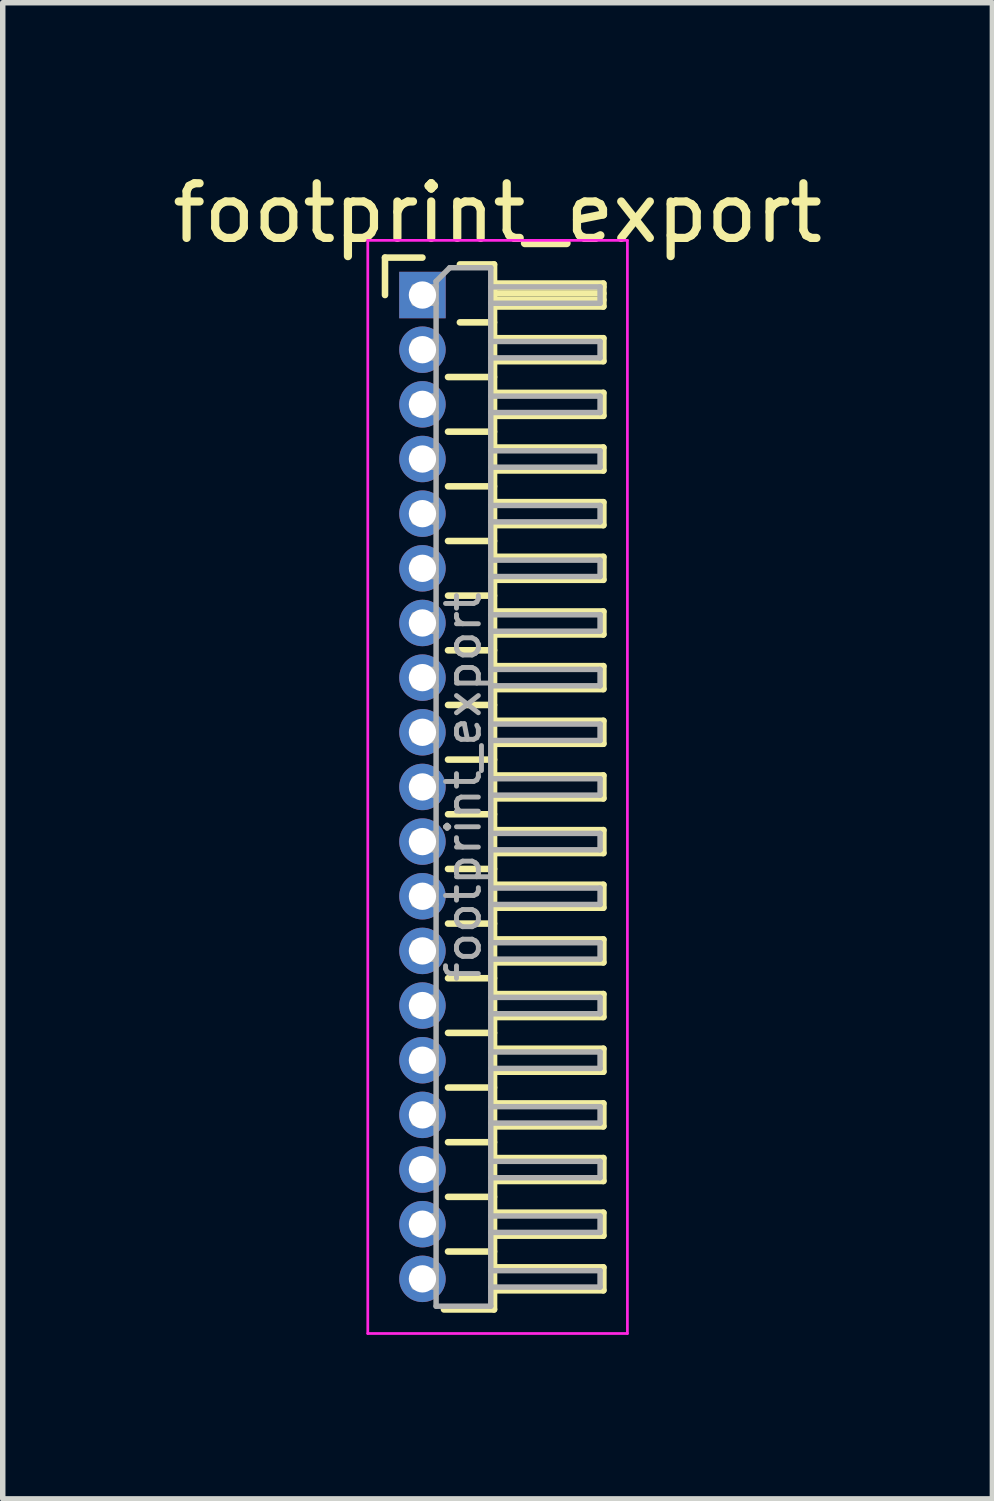
<source format=kicad_pcb>
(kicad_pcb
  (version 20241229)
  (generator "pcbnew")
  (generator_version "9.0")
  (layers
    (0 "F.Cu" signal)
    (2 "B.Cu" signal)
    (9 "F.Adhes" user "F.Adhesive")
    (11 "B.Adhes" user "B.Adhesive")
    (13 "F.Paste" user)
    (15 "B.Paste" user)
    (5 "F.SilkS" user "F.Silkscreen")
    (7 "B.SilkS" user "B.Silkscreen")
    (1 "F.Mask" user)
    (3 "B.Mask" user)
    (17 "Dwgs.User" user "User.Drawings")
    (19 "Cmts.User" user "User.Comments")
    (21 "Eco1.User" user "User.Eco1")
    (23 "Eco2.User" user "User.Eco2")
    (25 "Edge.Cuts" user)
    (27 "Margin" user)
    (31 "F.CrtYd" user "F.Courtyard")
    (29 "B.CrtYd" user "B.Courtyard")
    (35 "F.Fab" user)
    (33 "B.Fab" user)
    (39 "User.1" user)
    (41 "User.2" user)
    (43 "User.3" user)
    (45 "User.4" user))
  (footprint "footprint_export"
    (layer "F.Cu")
    (at 4.679 2.348)
    (property "Reference" "footprint_export" (at 1.375 -1.5 0) (layer "F.SilkS") (effects (font (size 1 1) (thickness 0.15))))
    (attr through_hole)
    (fp_line (start -0.685 -0.685) (end 0 -0.685) (stroke (width 0.12) (type solid)) (layer "F.SilkS"))
    (fp_line (start -0.685 0) (end -0.685 -0.685) (stroke (width 0.12) (type solid)) (layer "F.SilkS"))
    (fp_line (start 0.468 1.5) (end 1.31 1.5) (stroke (width 0.12) (type solid)) (layer "F.SilkS"))
    (fp_line (start 0.468 2.5) (end 1.31 2.5) (stroke (width 0.12) (type solid)) (layer "F.SilkS"))
    (fp_line (start 0.468 3.5) (end 1.31 3.5) (stroke (width 0.12) (type solid)) (layer "F.SilkS"))
    (fp_line (start 0.468 4.5) (end 1.31 4.5) (stroke (width 0.12) (type solid)) (layer "F.SilkS"))
    (fp_line (start 0.468 5.5) (end 1.31 5.5) (stroke (width 0.12) (type solid)) (layer "F.SilkS"))
    (fp_line (start 0.468 6.5) (end 1.31 6.5) (stroke (width 0.12) (type solid)) (layer "F.SilkS"))
    (fp_line (start 0.468 7.5) (end 1.31 7.5) (stroke (width 0.12) (type solid)) (layer "F.SilkS"))
    (fp_line (start 0.468 8.5) (end 1.31 8.5) (stroke (width 0.12) (type solid)) (layer "F.SilkS"))
    (fp_line (start 0.468 9.5) (end 1.31 9.5) (stroke (width 0.12) (type solid)) (layer "F.SilkS"))
    (fp_line (start 0.468 10.5) (end 1.31 10.5) (stroke (width 0.12) (type solid)) (layer "F.SilkS"))
    (fp_line (start 0.468 11.5) (end 1.31 11.5) (stroke (width 0.12) (type solid)) (layer "F.SilkS"))
    (fp_line (start 0.468 12.5) (end 1.31 12.5) (stroke (width 0.12) (type solid)) (layer "F.SilkS"))
    (fp_line (start 0.468 13.5) (end 1.31 13.5) (stroke (width 0.12) (type solid)) (layer "F.SilkS"))
    (fp_line (start 0.468 14.5) (end 1.31 14.5) (stroke (width 0.12) (type solid)) (layer "F.SilkS"))
    (fp_line (start 0.468 15.5) (end 1.31 15.5) (stroke (width 0.12) (type solid)) (layer "F.SilkS"))
    (fp_line (start 0.468 16.5) (end 1.31 16.5) (stroke (width 0.12) (type solid)) (layer "F.SilkS"))
    (fp_line (start 0.468 17.5) (end 1.31 17.5) (stroke (width 0.12) (type solid)) (layer "F.SilkS"))
    (fp_line (start 0.685 -0.56) (end 1.31 -0.56) (stroke (width 0.12) (type solid)) (layer "F.SilkS"))
    (fp_line (start 0.685 0.5) (end 1.31 0.5) (stroke (width 0.12) (type solid)) (layer "F.SilkS"))
    (fp_line (start 1.31 -0.56) (end 1.31 18.56) (stroke (width 0.12) (type solid)) (layer "F.SilkS"))
    (fp_line (start 1.31 -0.21) (end 3.31 -0.21) (stroke (width 0.12) (type solid)) (layer "F.SilkS"))
    (fp_line (start 1.31 -0.15) (end 3.31 -0.15) (stroke (width 0.12) (type solid)) (layer "F.SilkS"))
    (fp_line (start 1.31 -0.03) (end 3.31 -0.03) (stroke (width 0.12) (type solid)) (layer "F.SilkS"))
    (fp_line (start 1.31 0.09) (end 3.31 0.09) (stroke (width 0.12) (type solid)) (layer "F.SilkS"))
    (fp_line (start 1.31 0.79) (end 3.31 0.79) (stroke (width 0.12) (type solid)) (layer "F.SilkS"))
    (fp_line (start 1.31 1.79) (end 3.31 1.79) (stroke (width 0.12) (type solid)) (layer "F.SilkS"))
    (fp_line (start 1.31 2.79) (end 3.31 2.79) (stroke (width 0.12) (type solid)) (layer "F.SilkS"))
    (fp_line (start 1.31 3.79) (end 3.31 3.79) (stroke (width 0.12) (type solid)) (layer "F.SilkS"))
    (fp_line (start 1.31 4.79) (end 3.31 4.79) (stroke (width 0.12) (type solid)) (layer "F.SilkS"))
    (fp_line (start 1.31 5.79) (end 3.31 5.79) (stroke (width 0.12) (type solid)) (layer "F.SilkS"))
    (fp_line (start 1.31 6.79) (end 3.31 6.79) (stroke (width 0.12) (type solid)) (layer "F.SilkS"))
    (fp_line (start 1.31 7.79) (end 3.31 7.79) (stroke (width 0.12) (type solid)) (layer "F.SilkS"))
    (fp_line (start 1.31 8.79) (end 3.31 8.79) (stroke (width 0.12) (type solid)) (layer "F.SilkS"))
    (fp_line (start 1.31 9.79) (end 3.31 9.79) (stroke (width 0.12) (type solid)) (layer "F.SilkS"))
    (fp_line (start 1.31 10.79) (end 3.31 10.79) (stroke (width 0.12) (type solid)) (layer "F.SilkS"))
    (fp_line (start 1.31 11.79) (end 3.31 11.79) (stroke (width 0.12) (type solid)) (layer "F.SilkS"))
    (fp_line (start 1.31 12.79) (end 3.31 12.79) (stroke (width 0.12) (type solid)) (layer "F.SilkS"))
    (fp_line (start 1.31 13.79) (end 3.31 13.79) (stroke (width 0.12) (type solid)) (layer "F.SilkS"))
    (fp_line (start 1.31 14.79) (end 3.31 14.79) (stroke (width 0.12) (type solid)) (layer "F.SilkS"))
    (fp_line (start 1.31 15.79) (end 3.31 15.79) (stroke (width 0.12) (type solid)) (layer "F.SilkS"))
    (fp_line (start 1.31 16.79) (end 3.31 16.79) (stroke (width 0.12) (type solid)) (layer "F.SilkS"))
    (fp_line (start 1.31 17.79) (end 3.31 17.79) (stroke (width 0.12) (type solid)) (layer "F.SilkS"))
    (fp_line (start 1.31 18.56) (end 0.394 18.56) (stroke (width 0.12) (type solid)) (layer "F.SilkS"))
    (fp_line (start 3.31 -0.21) (end 3.31 0.21) (stroke (width 0.12) (type solid)) (layer "F.SilkS"))
    (fp_line (start 3.31 0.21) (end 1.31 0.21) (stroke (width 0.12) (type solid)) (layer "F.SilkS"))
    (fp_line (start 3.31 0.79) (end 3.31 1.21) (stroke (width 0.12) (type solid)) (layer "F.SilkS"))
    (fp_line (start 3.31 1.21) (end 1.31 1.21) (stroke (width 0.12) (type solid)) (layer "F.SilkS"))
    (fp_line (start 3.31 1.79) (end 3.31 2.21) (stroke (width 0.12) (type solid)) (layer "F.SilkS"))
    (fp_line (start 3.31 2.21) (end 1.31 2.21) (stroke (width 0.12) (type solid)) (layer "F.SilkS"))
    (fp_line (start 3.31 2.79) (end 3.31 3.21) (stroke (width 0.12) (type solid)) (layer "F.SilkS"))
    (fp_line (start 3.31 3.21) (end 1.31 3.21) (stroke (width 0.12) (type solid)) (layer "F.SilkS"))
    (fp_line (start 3.31 3.79) (end 3.31 4.21) (stroke (width 0.12) (type solid)) (layer "F.SilkS"))
    (fp_line (start 3.31 4.21) (end 1.31 4.21) (stroke (width 0.12) (type solid)) (layer "F.SilkS"))
    (fp_line (start 3.31 4.79) (end 3.31 5.21) (stroke (width 0.12) (type solid)) (layer "F.SilkS"))
    (fp_line (start 3.31 5.21) (end 1.31 5.21) (stroke (width 0.12) (type solid)) (layer "F.SilkS"))
    (fp_line (start 3.31 5.79) (end 3.31 6.21) (stroke (width 0.12) (type solid)) (layer "F.SilkS"))
    (fp_line (start 3.31 6.21) (end 1.31 6.21) (stroke (width 0.12) (type solid)) (layer "F.SilkS"))
    (fp_line (start 3.31 6.79) (end 3.31 7.21) (stroke (width 0.12) (type solid)) (layer "F.SilkS"))
    (fp_line (start 3.31 7.21) (end 1.31 7.21) (stroke (width 0.12) (type solid)) (layer "F.SilkS"))
    (fp_line (start 3.31 7.79) (end 3.31 8.21) (stroke (width 0.12) (type solid)) (layer "F.SilkS"))
    (fp_line (start 3.31 8.21) (end 1.31 8.21) (stroke (width 0.12) (type solid)) (layer "F.SilkS"))
    (fp_line (start 3.31 8.79) (end 3.31 9.21) (stroke (width 0.12) (type solid)) (layer "F.SilkS"))
    (fp_line (start 3.31 9.21) (end 1.31 9.21) (stroke (width 0.12) (type solid)) (layer "F.SilkS"))
    (fp_line (start 3.31 9.79) (end 3.31 10.21) (stroke (width 0.12) (type solid)) (layer "F.SilkS"))
    (fp_line (start 3.31 10.21) (end 1.31 10.21) (stroke (width 0.12) (type solid)) (layer "F.SilkS"))
    (fp_line (start 3.31 10.79) (end 3.31 11.21) (stroke (width 0.12) (type solid)) (layer "F.SilkS"))
    (fp_line (start 3.31 11.21) (end 1.31 11.21) (stroke (width 0.12) (type solid)) (layer "F.SilkS"))
    (fp_line (start 3.31 11.79) (end 3.31 12.21) (stroke (width 0.12) (type solid)) (layer "F.SilkS"))
    (fp_line (start 3.31 12.21) (end 1.31 12.21) (stroke (width 0.12) (type solid)) (layer "F.SilkS"))
    (fp_line (start 3.31 12.79) (end 3.31 13.21) (stroke (width 0.12) (type solid)) (layer "F.SilkS"))
    (fp_line (start 3.31 13.21) (end 1.31 13.21) (stroke (width 0.12) (type solid)) (layer "F.SilkS"))
    (fp_line (start 3.31 13.79) (end 3.31 14.21) (stroke (width 0.12) (type solid)) (layer "F.SilkS"))
    (fp_line (start 3.31 14.21) (end 1.31 14.21) (stroke (width 0.12) (type solid)) (layer "F.SilkS"))
    (fp_line (start 3.31 14.79) (end 3.31 15.21) (stroke (width 0.12) (type solid)) (layer "F.SilkS"))
    (fp_line (start 3.31 15.21) (end 1.31 15.21) (stroke (width 0.12) (type solid)) (layer "F.SilkS"))
    (fp_line (start 3.31 15.79) (end 3.31 16.21) (stroke (width 0.12) (type solid)) (layer "F.SilkS"))
    (fp_line (start 3.31 16.21) (end 1.31 16.21) (stroke (width 0.12) (type solid)) (layer "F.SilkS"))
    (fp_line (start 3.31 16.79) (end 3.31 17.21) (stroke (width 0.12) (type solid)) (layer "F.SilkS"))
    (fp_line (start 3.31 17.21) (end 1.31 17.21) (stroke (width 0.12) (type solid)) (layer "F.SilkS"))
    (fp_line (start 3.31 17.79) (end 3.31 18.21) (stroke (width 0.12) (type solid)) (layer "F.SilkS"))
    (fp_line (start 3.31 18.21) (end 1.31 18.21) (stroke (width 0.12) (type solid)) (layer "F.SilkS"))
    (fp_line (start -1 -1) (end -1 19) (stroke (width 0.05) (type solid)) (layer "F.CrtYd"))
    (fp_line (start -1 19) (end 3.75 19) (stroke (width 0.05) (type solid)) (layer "F.CrtYd"))
    (fp_line (start 3.75 -1) (end -1 -1) (stroke (width 0.05) (type solid)) (layer "F.CrtYd"))
    (fp_line (start 3.75 19) (end 3.75 -1) (stroke (width 0.05) (type solid)) (layer "F.CrtYd"))
    (fp_line (start -0.15 -0.15) (end -0.15 0.15) (stroke (width 0.1) (type solid)) (layer "F.Fab"))
    (fp_line (start -0.15 -0.15) (end 0.25 -0.15) (stroke (width 0.1) (type solid)) (layer "F.Fab"))
    (fp_line (start -0.15 0.15) (end 0.25 0.15) (stroke (width 0.1) (type solid)) (layer "F.Fab"))
    (fp_line (start -0.15 0.85) (end -0.15 1.15) (stroke (width 0.1) (type solid)) (layer "F.Fab"))
    (fp_line (start -0.15 0.85) (end 0.25 0.85) (stroke (width 0.1) (type solid)) (layer "F.Fab"))
    (fp_line (start -0.15 1.15) (end 0.25 1.15) (stroke (width 0.1) (type solid)) (layer "F.Fab"))
    (fp_line (start -0.15 1.85) (end -0.15 2.15) (stroke (width 0.1) (type solid)) (layer "F.Fab"))
    (fp_line (start -0.15 1.85) (end 0.25 1.85) (stroke (width 0.1) (type solid)) (layer "F.Fab"))
    (fp_line (start -0.15 2.15) (end 0.25 2.15) (stroke (width 0.1) (type solid)) (layer "F.Fab"))
    (fp_line (start -0.15 2.85) (end -0.15 3.15) (stroke (width 0.1) (type solid)) (layer "F.Fab"))
    (fp_line (start -0.15 2.85) (end 0.25 2.85) (stroke (width 0.1) (type solid)) (layer "F.Fab"))
    (fp_line (start -0.15 3.15) (end 0.25 3.15) (stroke (width 0.1) (type solid)) (layer "F.Fab"))
    (fp_line (start -0.15 3.85) (end -0.15 4.15) (stroke (width 0.1) (type solid)) (layer "F.Fab"))
    (fp_line (start -0.15 3.85) (end 0.25 3.85) (stroke (width 0.1) (type solid)) (layer "F.Fab"))
    (fp_line (start -0.15 4.15) (end 0.25 4.15) (stroke (width 0.1) (type solid)) (layer "F.Fab"))
    (fp_line (start -0.15 4.85) (end -0.15 5.15) (stroke (width 0.1) (type solid)) (layer "F.Fab"))
    (fp_line (start -0.15 4.85) (end 0.25 4.85) (stroke (width 0.1) (type solid)) (layer "F.Fab"))
    (fp_line (start -0.15 5.15) (end 0.25 5.15) (stroke (width 0.1) (type solid)) (layer "F.Fab"))
    (fp_line (start -0.15 5.85) (end -0.15 6.15) (stroke (width 0.1) (type solid)) (layer "F.Fab"))
    (fp_line (start -0.15 5.85) (end 0.25 5.85) (stroke (width 0.1) (type solid)) (layer "F.Fab"))
    (fp_line (start -0.15 6.15) (end 0.25 6.15) (stroke (width 0.1) (type solid)) (layer "F.Fab"))
    (fp_line (start -0.15 6.85) (end -0.15 7.15) (stroke (width 0.1) (type solid)) (layer "F.Fab"))
    (fp_line (start -0.15 6.85) (end 0.25 6.85) (stroke (width 0.1) (type solid)) (layer "F.Fab"))
    (fp_line (start -0.15 7.15) (end 0.25 7.15) (stroke (width 0.1) (type solid)) (layer "F.Fab"))
    (fp_line (start -0.15 7.85) (end -0.15 8.15) (stroke (width 0.1) (type solid)) (layer "F.Fab"))
    (fp_line (start -0.15 7.85) (end 0.25 7.85) (stroke (width 0.1) (type solid)) (layer "F.Fab"))
    (fp_line (start -0.15 8.15) (end 0.25 8.15) (stroke (width 0.1) (type solid)) (layer "F.Fab"))
    (fp_line (start -0.15 8.85) (end -0.15 9.15) (stroke (width 0.1) (type solid)) (layer "F.Fab"))
    (fp_line (start -0.15 8.85) (end 0.25 8.85) (stroke (width 0.1) (type solid)) (layer "F.Fab"))
    (fp_line (start -0.15 9.15) (end 0.25 9.15) (stroke (width 0.1) (type solid)) (layer "F.Fab"))
    (fp_line (start -0.15 9.85) (end -0.15 10.15) (stroke (width 0.1) (type solid)) (layer "F.Fab"))
    (fp_line (start -0.15 9.85) (end 0.25 9.85) (stroke (width 0.1) (type solid)) (layer "F.Fab"))
    (fp_line (start -0.15 10.15) (end 0.25 10.15) (stroke (width 0.1) (type solid)) (layer "F.Fab"))
    (fp_line (start -0.15 10.85) (end -0.15 11.15) (stroke (width 0.1) (type solid)) (layer "F.Fab"))
    (fp_line (start -0.15 10.85) (end 0.25 10.85) (stroke (width 0.1) (type solid)) (layer "F.Fab"))
    (fp_line (start -0.15 11.15) (end 0.25 11.15) (stroke (width 0.1) (type solid)) (layer "F.Fab"))
    (fp_line (start -0.15 11.85) (end -0.15 12.15) (stroke (width 0.1) (type solid)) (layer "F.Fab"))
    (fp_line (start -0.15 11.85) (end 0.25 11.85) (stroke (width 0.1) (type solid)) (layer "F.Fab"))
    (fp_line (start -0.15 12.15) (end 0.25 12.15) (stroke (width 0.1) (type solid)) (layer "F.Fab"))
    (fp_line (start -0.15 12.85) (end -0.15 13.15) (stroke (width 0.1) (type solid)) (layer "F.Fab"))
    (fp_line (start -0.15 12.85) (end 0.25 12.85) (stroke (width 0.1) (type solid)) (layer "F.Fab"))
    (fp_line (start -0.15 13.15) (end 0.25 13.15) (stroke (width 0.1) (type solid)) (layer "F.Fab"))
    (fp_line (start -0.15 13.85) (end -0.15 14.15) (stroke (width 0.1) (type solid)) (layer "F.Fab"))
    (fp_line (start -0.15 13.85) (end 0.25 13.85) (stroke (width 0.1) (type solid)) (layer "F.Fab"))
    (fp_line (start -0.15 14.15) (end 0.25 14.15) (stroke (width 0.1) (type solid)) (layer "F.Fab"))
    (fp_line (start -0.15 14.85) (end -0.15 15.15) (stroke (width 0.1) (type solid)) (layer "F.Fab"))
    (fp_line (start -0.15 14.85) (end 0.25 14.85) (stroke (width 0.1) (type solid)) (layer "F.Fab"))
    (fp_line (start -0.15 15.15) (end 0.25 15.15) (stroke (width 0.1) (type solid)) (layer "F.Fab"))
    (fp_line (start -0.15 15.85) (end -0.15 16.15) (stroke (width 0.1) (type solid)) (layer "F.Fab"))
    (fp_line (start -0.15 15.85) (end 0.25 15.85) (stroke (width 0.1) (type solid)) (layer "F.Fab"))
    (fp_line (start -0.15 16.15) (end 0.25 16.15) (stroke (width 0.1) (type solid)) (layer "F.Fab"))
    (fp_line (start -0.15 16.85) (end -0.15 17.15) (stroke (width 0.1) (type solid)) (layer "F.Fab"))
    (fp_line (start -0.15 16.85) (end 0.25 16.85) (stroke (width 0.1) (type solid)) (layer "F.Fab"))
    (fp_line (start -0.15 17.15) (end 0.25 17.15) (stroke (width 0.1) (type solid)) (layer "F.Fab"))
    (fp_line (start -0.15 17.85) (end -0.15 18.15) (stroke (width 0.1) (type solid)) (layer "F.Fab"))
    (fp_line (start -0.15 17.85) (end 0.25 17.85) (stroke (width 0.1) (type solid)) (layer "F.Fab"))
    (fp_line (start -0.15 18.15) (end 0.25 18.15) (stroke (width 0.1) (type solid)) (layer "F.Fab"))
    (fp_line (start 0.25 -0.25) (end 0.5 -0.5) (stroke (width 0.1) (type solid)) (layer "F.Fab"))
    (fp_line (start 0.25 18.5) (end 0.25 -0.25) (stroke (width 0.1) (type solid)) (layer "F.Fab"))
    (fp_line (start 0.5 -0.5) (end 1.25 -0.5) (stroke (width 0.1) (type solid)) (layer "F.Fab"))
    (fp_line (start 1.25 -0.5) (end 1.25 18.5) (stroke (width 0.1) (type solid)) (layer "F.Fab"))
    (fp_line (start 1.25 -0.15) (end 3.25 -0.15) (stroke (width 0.1) (type solid)) (layer "F.Fab"))
    (fp_line (start 1.25 0.15) (end 3.25 0.15) (stroke (width 0.1) (type solid)) (layer "F.Fab"))
    (fp_line (start 1.25 0.85) (end 3.25 0.85) (stroke (width 0.1) (type solid)) (layer "F.Fab"))
    (fp_line (start 1.25 1.15) (end 3.25 1.15) (stroke (width 0.1) (type solid)) (layer "F.Fab"))
    (fp_line (start 1.25 1.85) (end 3.25 1.85) (stroke (width 0.1) (type solid)) (layer "F.Fab"))
    (fp_line (start 1.25 2.15) (end 3.25 2.15) (stroke (width 0.1) (type solid)) (layer "F.Fab"))
    (fp_line (start 1.25 2.85) (end 3.25 2.85) (stroke (width 0.1) (type solid)) (layer "F.Fab"))
    (fp_line (start 1.25 3.15) (end 3.25 3.15) (stroke (width 0.1) (type solid)) (layer "F.Fab"))
    (fp_line (start 1.25 3.85) (end 3.25 3.85) (stroke (width 0.1) (type solid)) (layer "F.Fab"))
    (fp_line (start 1.25 4.15) (end 3.25 4.15) (stroke (width 0.1) (type solid)) (layer "F.Fab"))
    (fp_line (start 1.25 4.85) (end 3.25 4.85) (stroke (width 0.1) (type solid)) (layer "F.Fab"))
    (fp_line (start 1.25 5.15) (end 3.25 5.15) (stroke (width 0.1) (type solid)) (layer "F.Fab"))
    (fp_line (start 1.25 5.85) (end 3.25 5.85) (stroke (width 0.1) (type solid)) (layer "F.Fab"))
    (fp_line (start 1.25 6.15) (end 3.25 6.15) (stroke (width 0.1) (type solid)) (layer "F.Fab"))
    (fp_line (start 1.25 6.85) (end 3.25 6.85) (stroke (width 0.1) (type solid)) (layer "F.Fab"))
    (fp_line (start 1.25 7.15) (end 3.25 7.15) (stroke (width 0.1) (type solid)) (layer "F.Fab"))
    (fp_line (start 1.25 7.85) (end 3.25 7.85) (stroke (width 0.1) (type solid)) (layer "F.Fab"))
    (fp_line (start 1.25 8.15) (end 3.25 8.15) (stroke (width 0.1) (type solid)) (layer "F.Fab"))
    (fp_line (start 1.25 8.85) (end 3.25 8.85) (stroke (width 0.1) (type solid)) (layer "F.Fab"))
    (fp_line (start 1.25 9.15) (end 3.25 9.15) (stroke (width 0.1) (type solid)) (layer "F.Fab"))
    (fp_line (start 1.25 9.85) (end 3.25 9.85) (stroke (width 0.1) (type solid)) (layer "F.Fab"))
    (fp_line (start 1.25 10.15) (end 3.25 10.15) (stroke (width 0.1) (type solid)) (layer "F.Fab"))
    (fp_line (start 1.25 10.85) (end 3.25 10.85) (stroke (width 0.1) (type solid)) (layer "F.Fab"))
    (fp_line (start 1.25 11.15) (end 3.25 11.15) (stroke (width 0.1) (type solid)) (layer "F.Fab"))
    (fp_line (start 1.25 11.85) (end 3.25 11.85) (stroke (width 0.1) (type solid)) (layer "F.Fab"))
    (fp_line (start 1.25 12.15) (end 3.25 12.15) (stroke (width 0.1) (type solid)) (layer "F.Fab"))
    (fp_line (start 1.25 12.85) (end 3.25 12.85) (stroke (width 0.1) (type solid)) (layer "F.Fab"))
    (fp_line (start 1.25 13.15) (end 3.25 13.15) (stroke (width 0.1) (type solid)) (layer "F.Fab"))
    (fp_line (start 1.25 13.85) (end 3.25 13.85) (stroke (width 0.1) (type solid)) (layer "F.Fab"))
    (fp_line (start 1.25 14.15) (end 3.25 14.15) (stroke (width 0.1) (type solid)) (layer "F.Fab"))
    (fp_line (start 1.25 14.85) (end 3.25 14.85) (stroke (width 0.1) (type solid)) (layer "F.Fab"))
    (fp_line (start 1.25 15.15) (end 3.25 15.15) (stroke (width 0.1) (type solid)) (layer "F.Fab"))
    (fp_line (start 1.25 15.85) (end 3.25 15.85) (stroke (width 0.1) (type solid)) (layer "F.Fab"))
    (fp_line (start 1.25 16.15) (end 3.25 16.15) (stroke (width 0.1) (type solid)) (layer "F.Fab"))
    (fp_line (start 1.25 16.85) (end 3.25 16.85) (stroke (width 0.1) (type solid)) (layer "F.Fab"))
    (fp_line (start 1.25 17.15) (end 3.25 17.15) (stroke (width 0.1) (type solid)) (layer "F.Fab"))
    (fp_line (start 1.25 17.85) (end 3.25 17.85) (stroke (width 0.1) (type solid)) (layer "F.Fab"))
    (fp_line (start 1.25 18.15) (end 3.25 18.15) (stroke (width 0.1) (type solid)) (layer "F.Fab"))
    (fp_line (start 1.25 18.5) (end 0.25 18.5) (stroke (width 0.1) (type solid)) (layer "F.Fab"))
    (fp_line (start 3.25 -0.15) (end 3.25 0.15) (stroke (width 0.1) (type solid)) (layer "F.Fab"))
    (fp_line (start 3.25 0.85) (end 3.25 1.15) (stroke (width 0.1) (type solid)) (layer "F.Fab"))
    (fp_line (start 3.25 1.85) (end 3.25 2.15) (stroke (width 0.1) (type solid)) (layer "F.Fab"))
    (fp_line (start 3.25 2.85) (end 3.25 3.15) (stroke (width 0.1) (type solid)) (layer "F.Fab"))
    (fp_line (start 3.25 3.85) (end 3.25 4.15) (stroke (width 0.1) (type solid)) (layer "F.Fab"))
    (fp_line (start 3.25 4.85) (end 3.25 5.15) (stroke (width 0.1) (type solid)) (layer "F.Fab"))
    (fp_line (start 3.25 5.85) (end 3.25 6.15) (stroke (width 0.1) (type solid)) (layer "F.Fab"))
    (fp_line (start 3.25 6.85) (end 3.25 7.15) (stroke (width 0.1) (type solid)) (layer "F.Fab"))
    (fp_line (start 3.25 7.85) (end 3.25 8.15) (stroke (width 0.1) (type solid)) (layer "F.Fab"))
    (fp_line (start 3.25 8.85) (end 3.25 9.15) (stroke (width 0.1) (type solid)) (layer "F.Fab"))
    (fp_line (start 3.25 9.85) (end 3.25 10.15) (stroke (width 0.1) (type solid)) (layer "F.Fab"))
    (fp_line (start 3.25 10.85) (end 3.25 11.15) (stroke (width 0.1) (type solid)) (layer "F.Fab"))
    (fp_line (start 3.25 11.85) (end 3.25 12.15) (stroke (width 0.1) (type solid)) (layer "F.Fab"))
    (fp_line (start 3.25 12.85) (end 3.25 13.15) (stroke (width 0.1) (type solid)) (layer "F.Fab"))
    (fp_line (start 3.25 13.85) (end 3.25 14.15) (stroke (width 0.1) (type solid)) (layer "F.Fab"))
    (fp_line (start 3.25 14.85) (end 3.25 15.15) (stroke (width 0.1) (type solid)) (layer "F.Fab"))
    (fp_line (start 3.25 15.85) (end 3.25 16.15) (stroke (width 0.1) (type solid)) (layer "F.Fab"))
    (fp_line (start 3.25 16.85) (end 3.25 17.15) (stroke (width 0.1) (type solid)) (layer "F.Fab"))
    (fp_line (start 3.25 17.85) (end 3.25 18.15) (stroke (width 0.1) (type solid)) (layer "F.Fab"))
    (fp_text user "${REFERENCE}" (at 0.75 9 90) (layer "F.Fab") (effects (font (size 0.6 0.6) (thickness 0.09))))
    (pad "1" thru_hole rect (at 0 0) (size 0.85 0.85) (drill 0.5) (layers "*.Cu" "*.Mask"))
    (pad "2" thru_hole oval (at 0 1) (size 0.85 0.85) (drill 0.5) (layers "*.Cu" "*.Mask"))
    (pad "3" thru_hole oval (at 0 2) (size 0.85 0.85) (drill 0.5) (layers "*.Cu" "*.Mask"))
    (pad "4" thru_hole oval (at 0 3) (size 0.85 0.85) (drill 0.5) (layers "*.Cu" "*.Mask"))
    (pad "5" thru_hole oval (at 0 4) (size 0.85 0.85) (drill 0.5) (layers "*.Cu" "*.Mask"))
    (pad "6" thru_hole oval (at 0 5) (size 0.85 0.85) (drill 0.5) (layers "*.Cu" "*.Mask"))
    (pad "7" thru_hole oval (at 0 6) (size 0.85 0.85) (drill 0.5) (layers "*.Cu" "*.Mask"))
    (pad "8" thru_hole oval (at 0 7) (size 0.85 0.85) (drill 0.5) (layers "*.Cu" "*.Mask"))
    (pad "9" thru_hole oval (at 0 8) (size 0.85 0.85) (drill 0.5) (layers "*.Cu" "*.Mask"))
    (pad "10" thru_hole oval (at 0 9) (size 0.85 0.85) (drill 0.5) (layers "*.Cu" "*.Mask"))
    (pad "11" thru_hole oval (at 0 10) (size 0.85 0.85) (drill 0.5) (layers "*.Cu" "*.Mask"))
    (pad "12" thru_hole oval (at 0 11) (size 0.85 0.85) (drill 0.5) (layers "*.Cu" "*.Mask"))
    (pad "13" thru_hole oval (at 0 12) (size 0.85 0.85) (drill 0.5) (layers "*.Cu" "*.Mask"))
    (pad "14" thru_hole oval (at 0 13) (size 0.85 0.85) (drill 0.5) (layers "*.Cu" "*.Mask"))
    (pad "15" thru_hole oval (at 0 14) (size 0.85 0.85) (drill 0.5) (layers "*.Cu" "*.Mask"))
    (pad "16" thru_hole oval (at 0 15) (size 0.85 0.85) (drill 0.5) (layers "*.Cu" "*.Mask"))
    (pad "17" thru_hole oval (at 0 16) (size 0.85 0.85) (drill 0.5) (layers "*.Cu" "*.Mask"))
    (pad "18" thru_hole oval (at 0 17) (size 0.85 0.85) (drill 0.5) (layers "*.Cu" "*.Mask"))
    (pad "19" thru_hole oval (at 0 18) (size 0.85 0.85) (drill 0.5) (layers "*.Cu" "*.Mask")))
  (gr_rect
    (start -3 -3)
    (end 15.107 24.373)
    (stroke (width 0.1) (type default))
    (fill no)
    (layer "Edge.Cuts")))
</source>
